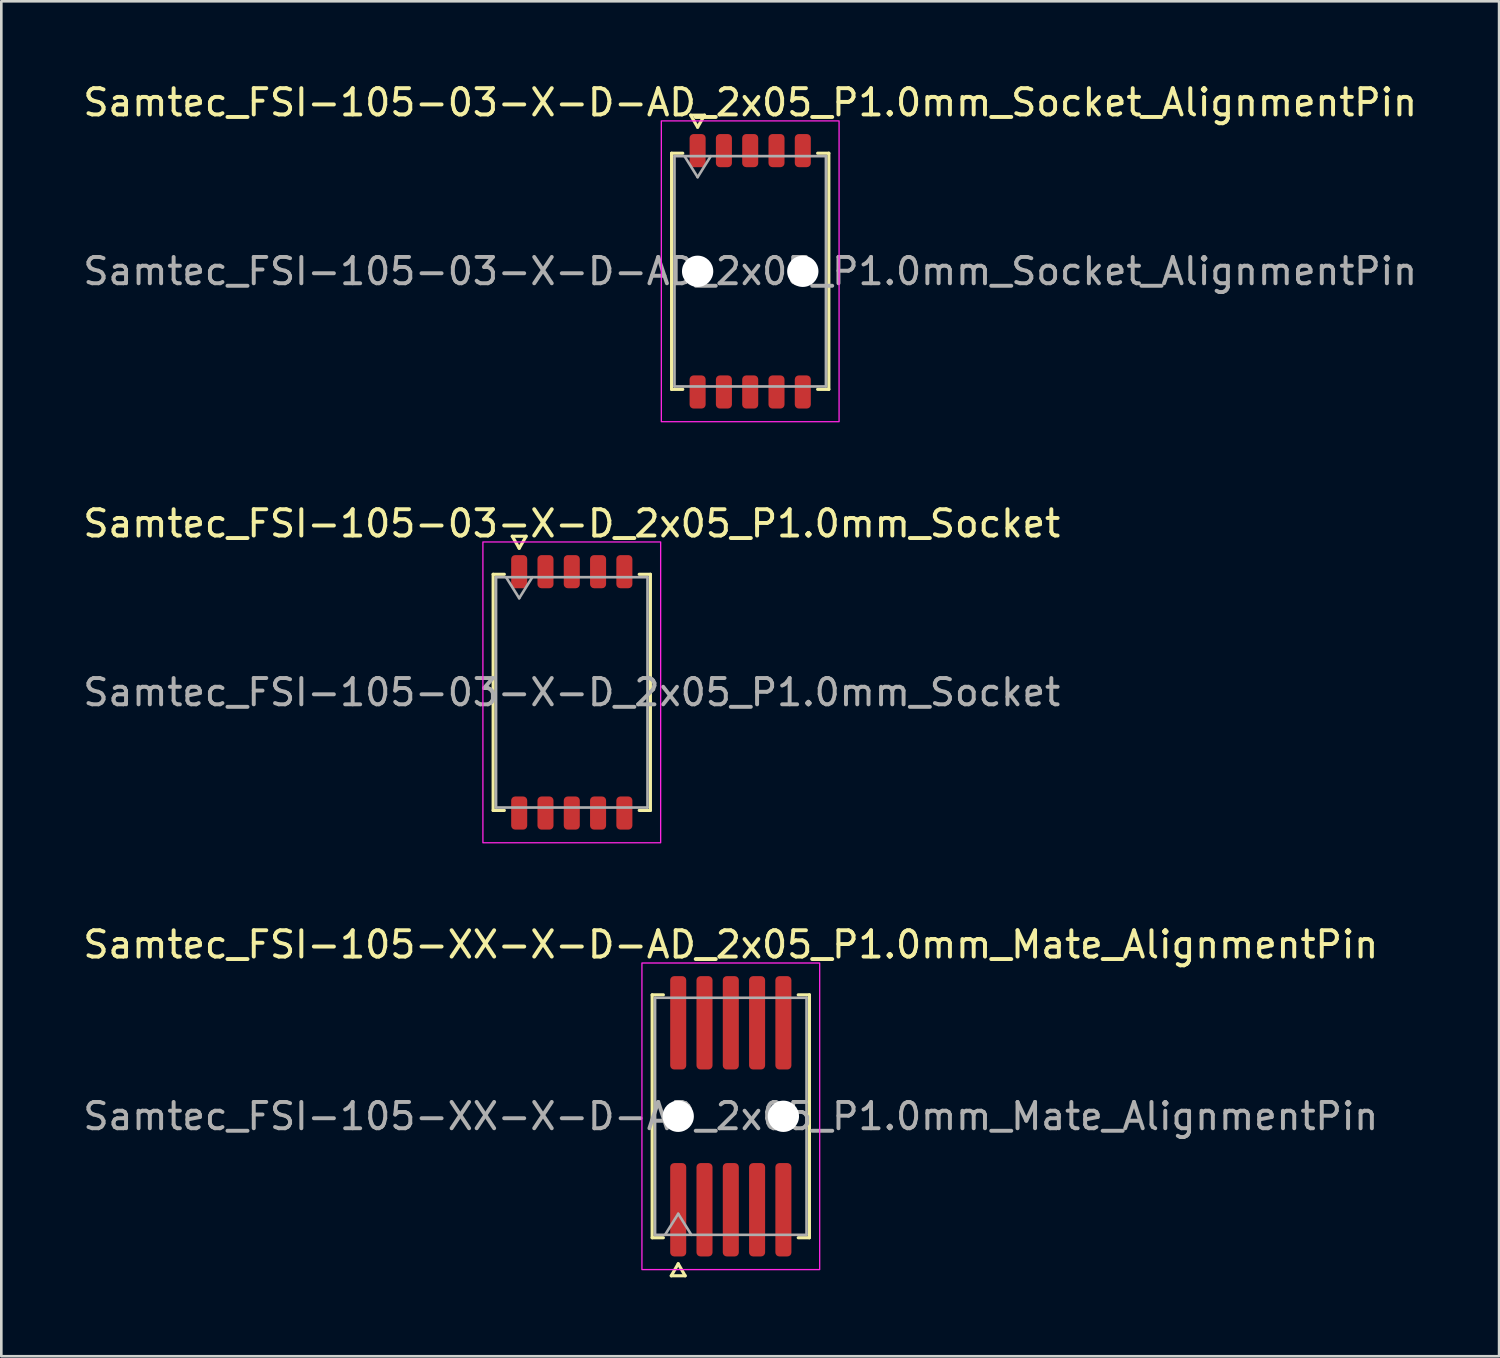
<source format=kicad_pcb>
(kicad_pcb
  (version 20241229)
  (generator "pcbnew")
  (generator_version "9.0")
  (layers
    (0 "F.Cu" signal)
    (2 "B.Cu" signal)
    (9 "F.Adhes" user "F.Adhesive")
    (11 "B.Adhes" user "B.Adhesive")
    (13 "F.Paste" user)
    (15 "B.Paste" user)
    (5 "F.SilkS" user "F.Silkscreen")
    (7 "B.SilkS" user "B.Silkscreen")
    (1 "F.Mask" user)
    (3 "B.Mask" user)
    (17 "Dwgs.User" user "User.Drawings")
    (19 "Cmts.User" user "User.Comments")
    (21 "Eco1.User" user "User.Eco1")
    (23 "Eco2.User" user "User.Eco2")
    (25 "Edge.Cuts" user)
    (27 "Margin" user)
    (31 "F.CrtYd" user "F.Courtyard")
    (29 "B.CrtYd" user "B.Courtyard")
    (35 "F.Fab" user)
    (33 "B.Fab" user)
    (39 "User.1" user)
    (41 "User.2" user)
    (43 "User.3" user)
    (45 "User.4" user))
  (footprint "Samtec_FSI-105-03-X-D-AD_2x05_P1.0mm_Socket_AlignmentPin"
    (layer "F.Cu")
    (at 25.482 7.268)
    (property "Reference" "Samtec_FSI-105-03-X-D-AD_2x05_P1.0mm_Socket_AlignmentPin" (at 0 -6.42 0) (layer "F.SilkS") (effects (font (size 1 1) (thickness 0.15))))
    (attr smd)
    (fp_line (start -2.99 -4.49) (end -2.565 -4.49) (stroke (width 0.12) (type solid)) (layer "F.SilkS"))
    (fp_line (start -2.99 4.49) (end -2.99 -4.49) (stroke (width 0.12) (type solid)) (layer "F.SilkS"))
    (fp_line (start -2.565 4.49) (end -2.99 4.49) (stroke (width 0.12) (type solid)) (layer "F.SilkS"))
    (fp_line (start -2.264 -5.938) (end -2 -5.48) (stroke (width 0.12) (type solid)) (layer "F.SilkS"))
    (fp_line (start -2 -5.48) (end -1.736 -5.938) (stroke (width 0.12) (type solid)) (layer "F.SilkS"))
    (fp_line (start -1.736 -5.938) (end -2.264 -5.938) (stroke (width 0.12) (type solid)) (layer "F.SilkS"))
    (fp_line (start 2.565 -4.49) (end 2.99 -4.49) (stroke (width 0.12) (type solid)) (layer "F.SilkS"))
    (fp_line (start 2.99 -4.49) (end 2.99 4.49) (stroke (width 0.12) (type solid)) (layer "F.SilkS"))
    (fp_line (start 2.99 4.49) (end 2.565 4.49) (stroke (width 0.12) (type solid)) (layer "F.SilkS"))
    (fp_rect (start -3.38 -5.72) (end 3.38 5.72) (stroke (width 0.05) (type solid)) (fill no) (layer "F.CrtYd"))
    (fp_line (start -2.88 -4.38) (end 2.88 -4.38) (stroke (width 0.1) (type solid)) (layer "F.Fab"))
    (fp_line (start -2.88 4.38) (end -2.88 -4.38) (stroke (width 0.1) (type solid)) (layer "F.Fab"))
    (fp_line (start -2.5 -4.38) (end -2 -3.58) (stroke (width 0.1) (type solid)) (layer "F.Fab"))
    (fp_line (start -2 -3.58) (end -1.5 -4.38) (stroke (width 0.1) (type solid)) (layer "F.Fab"))
    (fp_line (start 2.88 -4.38) (end 2.88 4.38) (stroke (width 0.1) (type solid)) (layer "F.Fab"))
    (fp_line (start 2.88 4.38) (end -2.88 4.38) (stroke (width 0.1) (type solid)) (layer "F.Fab"))
    (fp_text user "${REFERENCE}" (at 0 0 0) (layer "F.Fab") (effects (font (size 1 1) (thickness 0.15))))
    (pad "" np_thru_hole circle (at -2 0) (size 1.19 1.19) (drill 1.19) (layers "*.Cu" "*.Mask"))
    (pad "" np_thru_hole circle (at 2 0) (size 1.19 1.19) (drill 1.19) (layers "*.Cu" "*.Mask"))
    (pad "1" smd roundrect (at -2 -4.59) (size 0.61 1.26) (layers "F.Cu" "F.Mask" "F.Paste") (roundrect_rratio 0.25))
    (pad "2" smd roundrect (at -2 4.59) (size 0.61 1.26) (layers "F.Cu" "F.Mask" "F.Paste") (roundrect_rratio 0.25))
    (pad "3" smd roundrect (at -1 -4.59) (size 0.61 1.26) (layers "F.Cu" "F.Mask" "F.Paste") (roundrect_rratio 0.25))
    (pad "4" smd roundrect (at -1 4.59) (size 0.61 1.26) (layers "F.Cu" "F.Mask" "F.Paste") (roundrect_rratio 0.25))
    (pad "5" smd roundrect (at 0 -4.59) (size 0.61 1.26) (layers "F.Cu" "F.Mask" "F.Paste") (roundrect_rratio 0.25))
    (pad "6" smd roundrect (at 0 4.59) (size 0.61 1.26) (layers "F.Cu" "F.Mask" "F.Paste") (roundrect_rratio 0.25))
    (pad "7" smd roundrect (at 1 -4.59) (size 0.61 1.26) (layers "F.Cu" "F.Mask" "F.Paste") (roundrect_rratio 0.25))
    (pad "8" smd roundrect (at 1 4.59) (size 0.61 1.26) (layers "F.Cu" "F.Mask" "F.Paste") (roundrect_rratio 0.25))
    (pad "9" smd roundrect (at 2 -4.59) (size 0.61 1.26) (layers "F.Cu" "F.Mask" "F.Paste") (roundrect_rratio 0.25))
    (pad "10" smd roundrect (at 2 4.59) (size 0.61 1.26) (layers "F.Cu" "F.Mask" "F.Paste") (roundrect_rratio 0.25)))
  (footprint "Samtec_FSI-105-XX-X-D-AD_2x05_P1.0mm_Mate_AlignmentPin"
    (layer "F.Cu")
    (at 24.744 39.405)
    (property "Reference" "Samtec_FSI-105-XX-X-D-AD_2x05_P1.0mm_Mate_AlignmentPin" (at 0 -6.53 0) (layer "F.SilkS") (effects (font (size 1 1) (thickness 0.15))))
    (attr exclude_from_pos_files exclude_from_bom)
    (fp_line (start -2.99 -4.619) (end -2.565 -4.619) (stroke (width 0.12) (type solid)) (layer "F.SilkS"))
    (fp_line (start -2.99 4.619) (end -2.99 -4.619) (stroke (width 0.12) (type solid)) (layer "F.SilkS"))
    (fp_line (start -2.565 4.619) (end -2.99 4.619) (stroke (width 0.12) (type solid)) (layer "F.SilkS"))
    (fp_line (start -2.264 6.066) (end -2 5.609) (stroke (width 0.12) (type solid)) (layer "F.SilkS"))
    (fp_line (start -2 5.609) (end -1.736 6.066) (stroke (width 0.12) (type solid)) (layer "F.SilkS"))
    (fp_line (start -1.736 6.066) (end -2.264 6.066) (stroke (width 0.12) (type solid)) (layer "F.SilkS"))
    (fp_line (start 2.565 -4.619) (end 2.99 -4.619) (stroke (width 0.12) (type solid)) (layer "F.SilkS"))
    (fp_line (start 2.99 -4.619) (end 2.99 4.619) (stroke (width 0.12) (type solid)) (layer "F.SilkS"))
    (fp_line (start 2.99 4.619) (end 2.565 4.619) (stroke (width 0.12) (type solid)) (layer "F.SilkS"))
    (fp_rect (start -3.38 -5.83) (end 3.38 5.83) (stroke (width 0.05) (type solid)) (fill no) (layer "F.CrtYd"))
    (fp_line (start -2.88 -4.508) (end 2.88 -4.508) (stroke (width 0.1) (type solid)) (layer "F.Fab"))
    (fp_line (start -2.88 4.508) (end -2.88 -4.508) (stroke (width 0.1) (type solid)) (layer "F.Fab"))
    (fp_line (start -2.5 4.508) (end -2 3.708) (stroke (width 0.1) (type solid)) (layer "F.Fab"))
    (fp_line (start -2 3.708) (end -1.5 4.508) (stroke (width 0.1) (type solid)) (layer "F.Fab"))
    (fp_line (start 2.88 -4.508) (end 2.88 4.508) (stroke (width 0.1) (type solid)) (layer "F.Fab"))
    (fp_line (start 2.88 4.508) (end -2.88 4.508) (stroke (width 0.1) (type solid)) (layer "F.Fab"))
    (fp_text user "${REFERENCE}" (at 0 0 0) (layer "F.Fab") (effects (font (size 1 1) (thickness 0.15))))
    (pad "" np_thru_hole circle (at -2 0) (size 1.19 1.19) (drill 1.19) (layers "*.Cu" "*.Mask"))
    (pad "" np_thru_hole circle (at 2 0) (size 1.19 1.19) (drill 1.19) (layers "*.Cu" "*.Mask"))
    (pad "1" smd roundrect (at -2 3.555) (size 0.61 3.55) (layers "F.Cu" "F.Mask") (roundrect_rratio 0.25))
    (pad "2" smd roundrect (at -2 -3.555) (size 0.61 3.55) (layers "F.Cu" "F.Mask") (roundrect_rratio 0.25))
    (pad "3" smd roundrect (at -1 3.555) (size 0.61 3.55) (layers "F.Cu" "F.Mask") (roundrect_rratio 0.25))
    (pad "4" smd roundrect (at -1 -3.555) (size 0.61 3.55) (layers "F.Cu" "F.Mask") (roundrect_rratio 0.25))
    (pad "5" smd roundrect (at 0 3.555) (size 0.61 3.55) (layers "F.Cu" "F.Mask") (roundrect_rratio 0.25))
    (pad "6" smd roundrect (at 0 -3.555) (size 0.61 3.55) (layers "F.Cu" "F.Mask") (roundrect_rratio 0.25))
    (pad "7" smd roundrect (at 1 3.555) (size 0.61 3.55) (layers "F.Cu" "F.Mask") (roundrect_rratio 0.25))
    (pad "8" smd roundrect (at 1 -3.555) (size 0.61 3.55) (layers "F.Cu" "F.Mask") (roundrect_rratio 0.25))
    (pad "9" smd roundrect (at 2 3.555) (size 0.61 3.55) (layers "F.Cu" "F.Mask") (roundrect_rratio 0.25))
    (pad "10" smd roundrect (at 2 -3.555) (size 0.61 3.55) (layers "F.Cu" "F.Mask") (roundrect_rratio 0.25)))
  (footprint "Samtec_FSI-105-03-X-D_2x05_P1.0mm_Socket"
    (layer "F.Cu")
    (at 18.696 23.282)
    (property "Reference" "Samtec_FSI-105-03-X-D_2x05_P1.0mm_Socket" (at 0 -6.42 0) (layer "F.SilkS") (effects (font (size 1 1) (thickness 0.15))))
    (attr smd)
    (fp_line (start -2.99 -4.49) (end -2.565 -4.49) (stroke (width 0.12) (type solid)) (layer "F.SilkS"))
    (fp_line (start -2.99 4.49) (end -2.99 -4.49) (stroke (width 0.12) (type solid)) (layer "F.SilkS"))
    (fp_line (start -2.565 4.49) (end -2.99 4.49) (stroke (width 0.12) (type solid)) (layer "F.SilkS"))
    (fp_line (start -2.264 -5.938) (end -2 -5.48) (stroke (width 0.12) (type solid)) (layer "F.SilkS"))
    (fp_line (start -2 -5.48) (end -1.736 -5.938) (stroke (width 0.12) (type solid)) (layer "F.SilkS"))
    (fp_line (start -1.736 -5.938) (end -2.264 -5.938) (stroke (width 0.12) (type solid)) (layer "F.SilkS"))
    (fp_line (start 2.565 -4.49) (end 2.99 -4.49) (stroke (width 0.12) (type solid)) (layer "F.SilkS"))
    (fp_line (start 2.99 -4.49) (end 2.99 4.49) (stroke (width 0.12) (type solid)) (layer "F.SilkS"))
    (fp_line (start 2.99 4.49) (end 2.565 4.49) (stroke (width 0.12) (type solid)) (layer "F.SilkS"))
    (fp_rect (start -3.38 -5.72) (end 3.38 5.72) (stroke (width 0.05) (type solid)) (fill no) (layer "F.CrtYd"))
    (fp_line (start -2.88 -4.38) (end 2.88 -4.38) (stroke (width 0.1) (type solid)) (layer "F.Fab"))
    (fp_line (start -2.88 4.38) (end -2.88 -4.38) (stroke (width 0.1) (type solid)) (layer "F.Fab"))
    (fp_line (start -2.5 -4.38) (end -2 -3.58) (stroke (width 0.1) (type solid)) (layer "F.Fab"))
    (fp_line (start -2 -3.58) (end -1.5 -4.38) (stroke (width 0.1) (type solid)) (layer "F.Fab"))
    (fp_line (start 2.88 -4.38) (end 2.88 4.38) (stroke (width 0.1) (type solid)) (layer "F.Fab"))
    (fp_line (start 2.88 4.38) (end -2.88 4.38) (stroke (width 0.1) (type solid)) (layer "F.Fab"))
    (fp_text user "${REFERENCE}" (at 0 0 0) (layer "F.Fab") (effects (font (size 1 1) (thickness 0.15))))
    (pad "1" smd roundrect (at -2 -4.59) (size 0.61 1.26) (layers "F.Cu" "F.Mask" "F.Paste") (roundrect_rratio 0.25))
    (pad "2" smd roundrect (at -2 4.59) (size 0.61 1.26) (layers "F.Cu" "F.Mask" "F.Paste") (roundrect_rratio 0.25))
    (pad "3" smd roundrect (at -1 -4.59) (size 0.61 1.26) (layers "F.Cu" "F.Mask" "F.Paste") (roundrect_rratio 0.25))
    (pad "4" smd roundrect (at -1 4.59) (size 0.61 1.26) (layers "F.Cu" "F.Mask" "F.Paste") (roundrect_rratio 0.25))
    (pad "5" smd roundrect (at 0 -4.59) (size 0.61 1.26) (layers "F.Cu" "F.Mask" "F.Paste") (roundrect_rratio 0.25))
    (pad "6" smd roundrect (at 0 4.59) (size 0.61 1.26) (layers "F.Cu" "F.Mask" "F.Paste") (roundrect_rratio 0.25))
    (pad "7" smd roundrect (at 1 -4.59) (size 0.61 1.26) (layers "F.Cu" "F.Mask" "F.Paste") (roundrect_rratio 0.25))
    (pad "8" smd roundrect (at 1 4.59) (size 0.61 1.26) (layers "F.Cu" "F.Mask" "F.Paste") (roundrect_rratio 0.25))
    (pad "9" smd roundrect (at 2 -4.59) (size 0.61 1.26) (layers "F.Cu" "F.Mask" "F.Paste") (roundrect_rratio 0.25))
    (pad "10" smd roundrect (at 2 4.59) (size 0.61 1.26) (layers "F.Cu" "F.Mask" "F.Paste") (roundrect_rratio 0.25)))
  (gr_rect
    (start -3 -3)
    (end 53.964 48.531)
    (stroke (width 0.1) (type default))
    (fill no)
    (layer "Edge.Cuts")))
</source>
